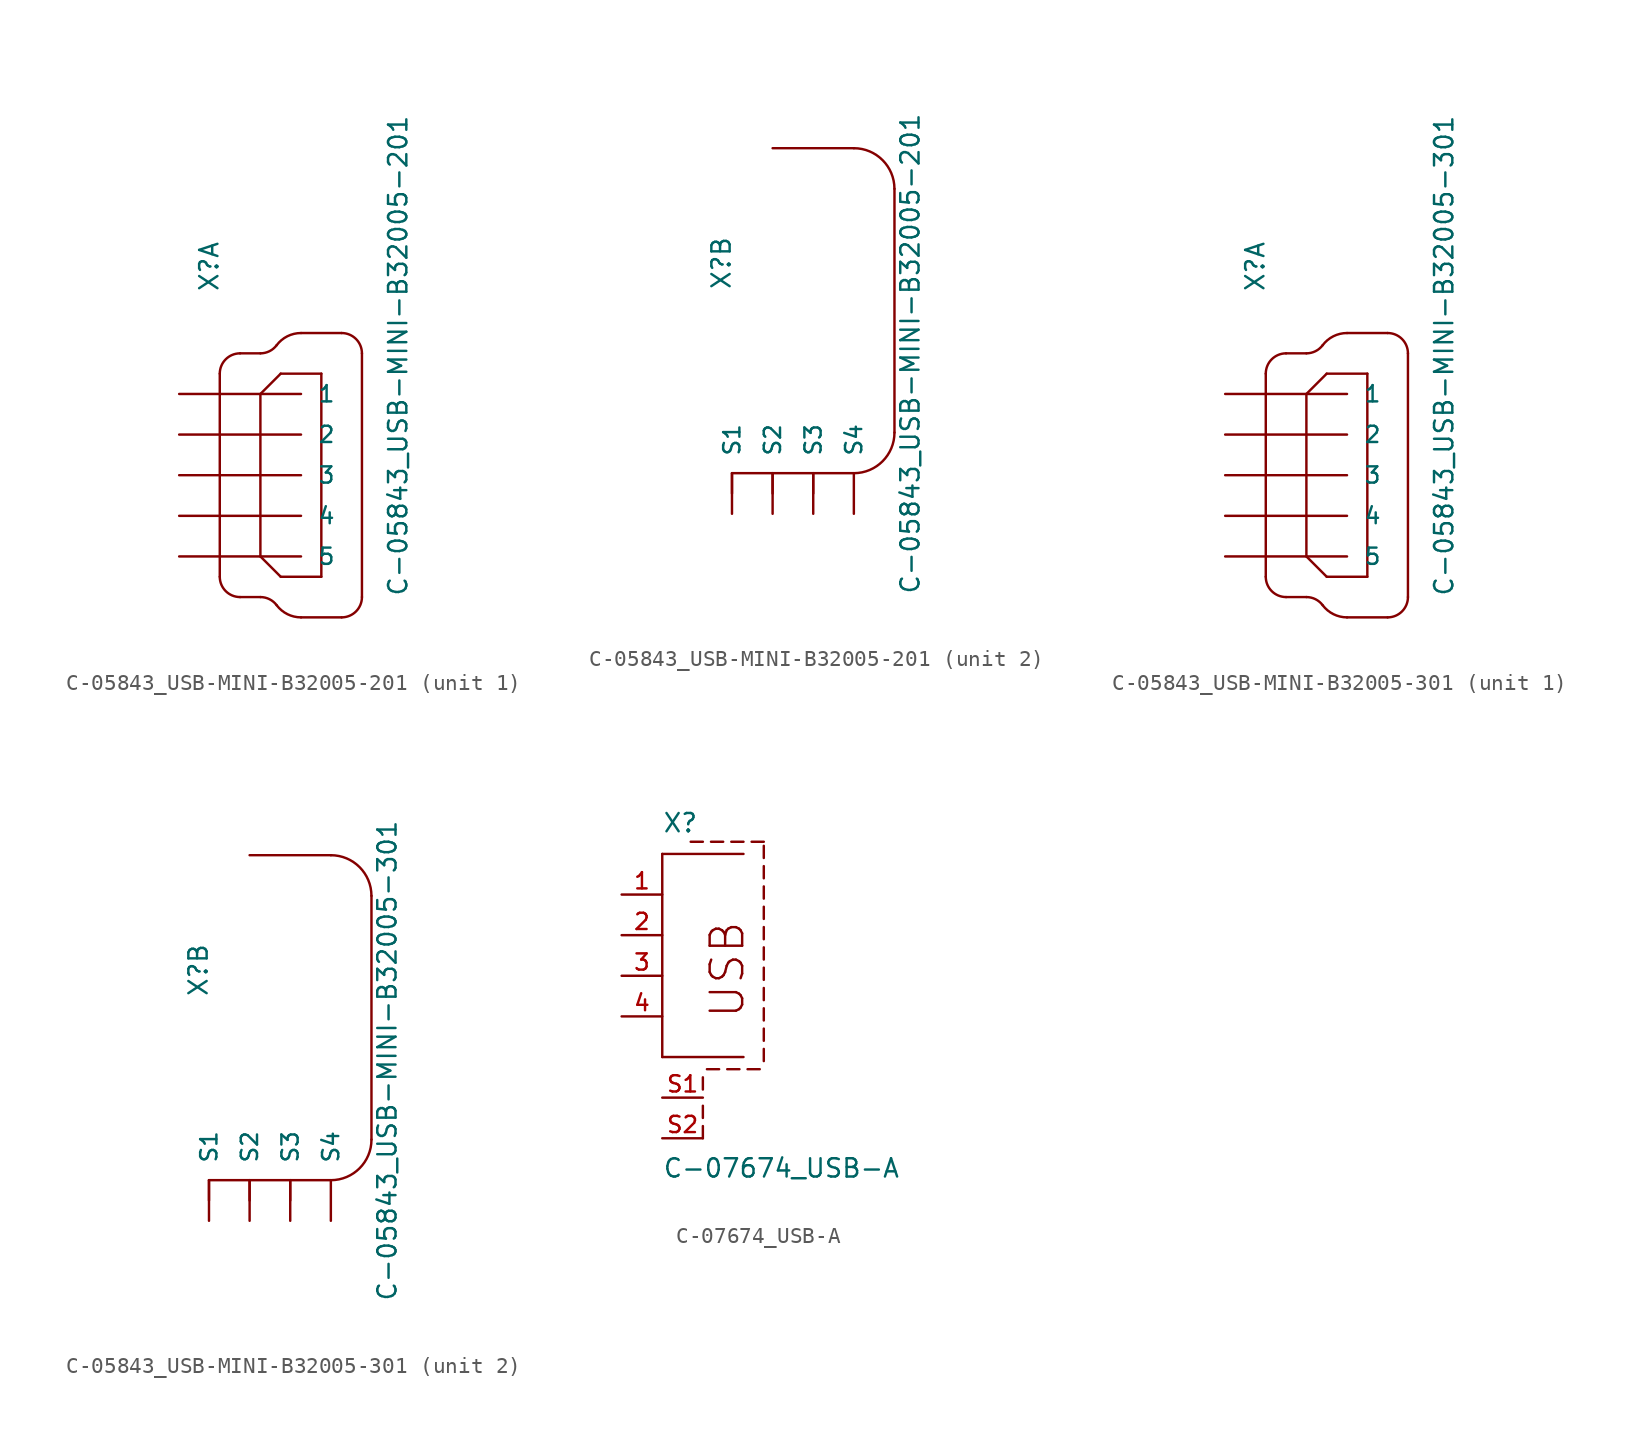
<source format=kicad_sym>
(kicad_symbol_lib
  (version 20211014)
  (generator kicad_symbol_editor)
  (symbol "C-05843_USB-MINI-B32005-201"
    (pin_numbers hide)
    (pin_names
      (offset 1.016))
    (property "Reference" "X"
      (at -2.54 11.43 90)
      (effects (font (size 1.143 1.143)) (justify left bottom)))
    (property "Value" "C-05843_USB-MINI-B32005-201"
      (at 9.271 -7.62 90)
      (effects (font (size 1.143 1.143)) (justify left bottom)))
    (property "ki_locked" ""
      (at 0 0 0)
      (effects (font (size 1.27 1.27))))
    (symbol "C-05843_USB-MINI-B32005-201_1_0"
      (polyline (pts (xy -2.54 6.35) (xy -2.54 -6.35)) (stroke (width 0) (type default) (color 0 0 0 0)) (fill (type none)))
      (polyline (pts (xy -1.27 -7.62) (xy 0 -7.62)) (stroke (width 0) (type default) (color 0 0 0 0)) (fill (type none)))
      (polyline (pts (xy -1.27 7.62) (xy 0 7.62)) (stroke (width 0) (type default) (color 0 0 0 0)) (fill (type none)))
      (polyline (pts (xy 0 -5.08) (xy 1.27 -6.35)) (stroke (width 0) (type default) (color 0 0 0 0)) (fill (type none)))
      (polyline (pts (xy 0 5.08) (xy 0 -5.08)) (stroke (width 0) (type default) (color 0 0 0 0)) (fill (type none)))
      (polyline (pts (xy 1.27 -6.35) (xy 3.81 -6.35)) (stroke (width 0) (type default) (color 0 0 0 0)) (fill (type none)))
      (polyline (pts (xy 1.27 6.35) (xy 0 5.08)) (stroke (width 0) (type default) (color 0 0 0 0)) (fill (type none)))
      (polyline (pts (xy 2.54 -8.89) (xy 5.08 -8.89)) (stroke (width 0) (type default) (color 0 0 0 0)) (fill (type none)))
      (polyline (pts (xy 2.54 8.89) (xy 5.08 8.89)) (stroke (width 0) (type default) (color 0 0 0 0)) (fill (type none)))
      (polyline (pts (xy 3.81 -6.35) (xy 3.81 6.35)) (stroke (width 0) (type default) (color 0 0 0 0)) (fill (type none)))
      (polyline (pts (xy 3.81 6.35) (xy 1.27 6.35)) (stroke (width 0) (type default) (color 0 0 0 0)) (fill (type none)))
      (polyline (pts (xy 6.35 -7.62) (xy 6.35 7.62)) (stroke (width 0) (type default) (color 0 0 0 0)) (fill (type none))))
    (symbol "C-05843_USB-MINI-B32005-201_1_1"
      (arc (start -2.54 -6.35) (mid -2.168 -7.248) (end -1.27 -7.62) (stroke (width 0) (type default) (color 0 0 0 0)) (fill (type none)))
      (arc (start -1.27 7.62) (mid -2.168 7.248) (end -2.54 6.35) (stroke (width 0) (type default) (color 0 0 0 0)) (fill (type none)))
      (arc (start 0 7.62) (mid 0.568 7.7541) (end 1.016 8.128) (stroke (width 0) (type default) (color 0 0 0 0)) (fill (type none)))
      (arc (start 1.016 -8.128) (mid 0.568 -7.7541) (end 0 -7.62) (stroke (width 0) (type default) (color 0 0 0 0)) (fill (type none)))
      (arc (start 1.016 -8.128) (mid 1.6881 -8.6889) (end 2.54 -8.89) (stroke (width 0) (type default) (color 0 0 0 0)) (fill (type none)))
      (arc (start 2.54 8.89) (mid 1.6881 8.6889) (end 1.016 8.128) (stroke (width 0) (type default) (color 0 0 0 0)) (fill (type none)))
      (arc (start 5.08 -8.89) (mid 5.978 -8.518) (end 6.35 -7.62) (stroke (width 0) (type default) (color 0 0 0 0)) (fill (type none)))
      (arc (start 6.35 7.62) (mid 5.978 8.518) (end 5.08 8.89) (stroke (width 0) (type default) (color 0 0 0 0)) (fill (type none)))
      (pin passive line (at -5.08 5.08 0) (length 7.62) (name "1" (effects (font (size 1.016 1.016)))) (number "1" (effects (font (size 1.016 1.016)))))
      (pin passive line (at -5.08 2.54 0) (length 7.62) (name "2" (effects (font (size 1.016 1.016)))) (number "2" (effects (font (size 1.016 1.016)))))
      (pin passive line (at -5.08 0 0) (length 7.62) (name "3" (effects (font (size 1.016 1.016)))) (number "3" (effects (font (size 1.016 1.016)))))
      (pin passive line (at -5.08 -2.54 0) (length 7.62) (name "4" (effects (font (size 1.016 1.016)))) (number "4" (effects (font (size 1.016 1.016)))))
      (pin passive line (at -5.08 -5.08 0) (length 7.62) (name "5" (effects (font (size 1.016 1.016)))) (number "5" (effects (font (size 1.016 1.016))))))
    (symbol "C-05843_USB-MINI-B32005-201_2_0"
      (polyline (pts (xy -2.54 -1.27) (xy -2.54 0)) (stroke (width 0) (type default) (color 0 0 0 0)) (fill (type none)))
      (polyline (pts (xy -2.54 0) (xy 0 0)) (stroke (width 0) (type default) (color 0 0 0 0)) (fill (type none)))
      (polyline (pts (xy 0 -1.27) (xy 0 0)) (stroke (width 0) (type default) (color 0 0 0 0)) (fill (type none)))
      (polyline (pts (xy 0 0) (xy 2.54 0)) (stroke (width 0) (type default) (color 0 0 0 0)) (fill (type none)))
      (polyline (pts (xy 2.54 -1.27) (xy 2.54 0)) (stroke (width 0) (type default) (color 0 0 0 0)) (fill (type none)))
      (polyline (pts (xy 2.54 0) (xy 5.08 0)) (stroke (width 0) (type default) (color 0 0 0 0)) (fill (type none)))
      (polyline (pts (xy 5.08 20.32) (xy 0 20.32)) (stroke (width 0) (type default) (color 0 0 0 0)) (fill (type none)))
      (polyline (pts (xy 7.62 2.54) (xy 7.62 17.78)) (stroke (width 0) (type default) (color 0 0 0 0)) (fill (type none))))
    (symbol "C-05843_USB-MINI-B32005-201_2_1"
      (arc (start 5.08 0) (mid 6.8761 0.7439) (end 7.62 2.54) (stroke (width 0) (type default) (color 0 0 0 0)) (fill (type none)))
      (arc (start 7.62 17.78) (mid 6.8761 19.5761) (end 5.08 20.32) (stroke (width 0) (type default) (color 0 0 0 0)) (fill (type none)))
      (pin passive line (at -2.54 -2.54 90) (length 2.54) (name "S1" (effects (font (size 1.016 1.016)))) (number "M1" (effects (font (size 1.016 1.016)))))
      (pin passive line (at 0 -2.54 90) (length 2.54) (name "S2" (effects (font (size 1.016 1.016)))) (number "M2" (effects (font (size 1.016 1.016)))))
      (pin passive line (at 2.54 -2.54 90) (length 2.54) (name "S3" (effects (font (size 1.016 1.016)))) (number "M3" (effects (font (size 1.016 1.016)))))
      (pin passive line (at 5.08 -2.54 90) (length 2.54) (name "S4" (effects (font (size 1.016 1.016)))) (number "M4" (effects (font (size 1.016 1.016)))))))
  (symbol "C-05843_USB-MINI-B32005-301"
    (pin_numbers hide)
    (pin_names
      (offset 1.016))
    (property "Reference" "X"
      (at -2.54 11.43 90)
      (effects (font (size 1.143 1.143)) (justify left bottom)))
    (property "Value" "C-05843_USB-MINI-B32005-301"
      (at 9.271 -7.62 90)
      (effects (font (size 1.143 1.143)) (justify left bottom)))
    (property "ki_locked" ""
      (at 0 0 0)
      (effects (font (size 1.27 1.27))))
    (symbol "C-05843_USB-MINI-B32005-301_1_0"
      (polyline (pts (xy -2.54 6.35) (xy -2.54 -6.35)) (stroke (width 0) (type default) (color 0 0 0 0)) (fill (type none)))
      (polyline (pts (xy -1.27 -7.62) (xy 0 -7.62)) (stroke (width 0) (type default) (color 0 0 0 0)) (fill (type none)))
      (polyline (pts (xy -1.27 7.62) (xy 0 7.62)) (stroke (width 0) (type default) (color 0 0 0 0)) (fill (type none)))
      (polyline (pts (xy 0 -5.08) (xy 1.27 -6.35)) (stroke (width 0) (type default) (color 0 0 0 0)) (fill (type none)))
      (polyline (pts (xy 0 5.08) (xy 0 -5.08)) (stroke (width 0) (type default) (color 0 0 0 0)) (fill (type none)))
      (polyline (pts (xy 1.27 -6.35) (xy 3.81 -6.35)) (stroke (width 0) (type default) (color 0 0 0 0)) (fill (type none)))
      (polyline (pts (xy 1.27 6.35) (xy 0 5.08)) (stroke (width 0) (type default) (color 0 0 0 0)) (fill (type none)))
      (polyline (pts (xy 2.54 -8.89) (xy 5.08 -8.89)) (stroke (width 0) (type default) (color 0 0 0 0)) (fill (type none)))
      (polyline (pts (xy 2.54 8.89) (xy 5.08 8.89)) (stroke (width 0) (type default) (color 0 0 0 0)) (fill (type none)))
      (polyline (pts (xy 3.81 -6.35) (xy 3.81 6.35)) (stroke (width 0) (type default) (color 0 0 0 0)) (fill (type none)))
      (polyline (pts (xy 3.81 6.35) (xy 1.27 6.35)) (stroke (width 0) (type default) (color 0 0 0 0)) (fill (type none)))
      (polyline (pts (xy 6.35 -7.62) (xy 6.35 7.62)) (stroke (width 0) (type default) (color 0 0 0 0)) (fill (type none))))
    (symbol "C-05843_USB-MINI-B32005-301_1_1"
      (arc (start -2.54 -6.35) (mid -2.168 -7.248) (end -1.27 -7.62) (stroke (width 0) (type default) (color 0 0 0 0)) (fill (type none)))
      (arc (start -1.27 7.62) (mid -2.168 7.248) (end -2.54 6.35) (stroke (width 0) (type default) (color 0 0 0 0)) (fill (type none)))
      (arc (start 0 7.62) (mid 0.568 7.7541) (end 1.016 8.128) (stroke (width 0) (type default) (color 0 0 0 0)) (fill (type none)))
      (arc (start 1.016 -8.128) (mid 0.568 -7.7541) (end 0 -7.62) (stroke (width 0) (type default) (color 0 0 0 0)) (fill (type none)))
      (arc (start 1.016 -8.128) (mid 1.6881 -8.6889) (end 2.54 -8.89) (stroke (width 0) (type default) (color 0 0 0 0)) (fill (type none)))
      (arc (start 2.54 8.89) (mid 1.6881 8.6889) (end 1.016 8.128) (stroke (width 0) (type default) (color 0 0 0 0)) (fill (type none)))
      (arc (start 5.08 -8.89) (mid 5.978 -8.518) (end 6.35 -7.62) (stroke (width 0) (type default) (color 0 0 0 0)) (fill (type none)))
      (arc (start 6.35 7.62) (mid 5.978 8.518) (end 5.08 8.89) (stroke (width 0) (type default) (color 0 0 0 0)) (fill (type none)))
      (pin passive line (at -5.08 5.08 0) (length 7.62) (name "1" (effects (font (size 1.016 1.016)))) (number "1" (effects (font (size 1.016 1.016)))))
      (pin passive line (at -5.08 2.54 0) (length 7.62) (name "2" (effects (font (size 1.016 1.016)))) (number "2" (effects (font (size 1.016 1.016)))))
      (pin passive line (at -5.08 0 0) (length 7.62) (name "3" (effects (font (size 1.016 1.016)))) (number "3" (effects (font (size 1.016 1.016)))))
      (pin passive line (at -5.08 -2.54 0) (length 7.62) (name "4" (effects (font (size 1.016 1.016)))) (number "4" (effects (font (size 1.016 1.016)))))
      (pin passive line (at -5.08 -5.08 0) (length 7.62) (name "5" (effects (font (size 1.016 1.016)))) (number "5" (effects (font (size 1.016 1.016))))))
    (symbol "C-05843_USB-MINI-B32005-301_2_0"
      (polyline (pts (xy -2.54 -1.27) (xy -2.54 0)) (stroke (width 0) (type default) (color 0 0 0 0)) (fill (type none)))
      (polyline (pts (xy -2.54 0) (xy 0 0)) (stroke (width 0) (type default) (color 0 0 0 0)) (fill (type none)))
      (polyline (pts (xy 0 -1.27) (xy 0 0)) (stroke (width 0) (type default) (color 0 0 0 0)) (fill (type none)))
      (polyline (pts (xy 0 0) (xy 2.54 0)) (stroke (width 0) (type default) (color 0 0 0 0)) (fill (type none)))
      (polyline (pts (xy 2.54 -1.27) (xy 2.54 0)) (stroke (width 0) (type default) (color 0 0 0 0)) (fill (type none)))
      (polyline (pts (xy 2.54 0) (xy 5.08 0)) (stroke (width 0) (type default) (color 0 0 0 0)) (fill (type none)))
      (polyline (pts (xy 5.08 20.32) (xy 0 20.32)) (stroke (width 0) (type default) (color 0 0 0 0)) (fill (type none)))
      (polyline (pts (xy 7.62 2.54) (xy 7.62 17.78)) (stroke (width 0) (type default) (color 0 0 0 0)) (fill (type none))))
    (symbol "C-05843_USB-MINI-B32005-301_2_1"
      (arc (start 5.08 0) (mid 6.8761 0.7439) (end 7.62 2.54) (stroke (width 0) (type default) (color 0 0 0 0)) (fill (type none)))
      (arc (start 7.62 17.78) (mid 6.8761 19.5761) (end 5.08 20.32) (stroke (width 0) (type default) (color 0 0 0 0)) (fill (type none)))
      (pin passive line (at -2.54 -2.54 90) (length 2.54) (name "S1" (effects (font (size 1.016 1.016)))) (number "M1" (effects (font (size 1.016 1.016)))))
      (pin passive line (at 0 -2.54 90) (length 2.54) (name "S2" (effects (font (size 1.016 1.016)))) (number "M2" (effects (font (size 1.016 1.016)))))
      (pin passive line (at 2.54 -2.54 90) (length 2.54) (name "S3" (effects (font (size 1.016 1.016)))) (number "M3" (effects (font (size 1.016 1.016)))))
      (pin passive line (at 5.08 -2.54 90) (length 2.54) (name "S4" (effects (font (size 1.016 1.016)))) (number "M4" (effects (font (size 1.016 1.016)))))))
  (symbol "C-07674_USB-A"
    (pin_names
      (offset 1.016) hide)
    (property "Reference" "X"
      (at 0 8.89 0)
      (effects (font (size 1.143 1.143)) (justify left bottom)))
    (property "Value" "C-07674_USB-A"
      (at 0 -12.7 0)
      (effects (font (size 1.143 1.143)) (justify left bottom)))
    (property "ki_locked" ""
      (at 0 0 0)
      (effects (font (size 1.27 1.27))))
    (symbol "C-07674_USB-A_1_0"
      (polyline (pts (xy 0 -5.08) (xy 5.08 -5.08)) (stroke (width 0) (type default) (color 0 0 0 0)) (fill (type none)))
      (polyline (pts (xy 0 7.62) (xy 0 -5.08)) (stroke (width 0) (type default) (color 0 0 0 0)) (fill (type none)))
      (polyline (pts (xy 0 7.62) (xy 5.08 7.62)) (stroke (width 0) (type default) (color 0 0 0 0)) (fill (type none)))
      (polyline (pts (xy 2.54 -10.16) (xy 2.54 -9.398)) (stroke (width 0) (type default) (color 0 0 0 0)) (fill (type none)))
      (polyline (pts (xy 2.54 -8.89) (xy 2.54 -8.128)) (stroke (width 0) (type default) (color 0 0 0 0)) (fill (type none)))
      (polyline (pts (xy 2.54 -7.112) (xy 2.54 -6.35)) (stroke (width 0) (type default) (color 0 0 0 0)) (fill (type none)))
      (polyline (pts (xy 2.54 8.382) (xy 1.778 8.382)) (stroke (width 0) (type default) (color 0 0 0 0)) (fill (type none)))
      (polyline (pts (xy 3.556 -5.842) (xy 2.794 -5.842)) (stroke (width 0) (type default) (color 0 0 0 0)) (fill (type none)))
      (polyline (pts (xy 3.81 8.382) (xy 3.048 8.382)) (stroke (width 0) (type default) (color 0 0 0 0)) (fill (type none)))
      (polyline (pts (xy 4.826 -5.842) (xy 4.064 -5.842)) (stroke (width 0) (type default) (color 0 0 0 0)) (fill (type none)))
      (polyline (pts (xy 5.08 8.382) (xy 4.318 8.382)) (stroke (width 0) (type default) (color 0 0 0 0)) (fill (type none)))
      (polyline (pts (xy 6.096 -5.842) (xy 5.334 -5.842)) (stroke (width 0) (type default) (color 0 0 0 0)) (fill (type none)))
      (polyline (pts (xy 6.35 -5.334) (xy 6.35 -4.572)) (stroke (width 0) (type default) (color 0 0 0 0)) (fill (type none)))
      (polyline (pts (xy 6.35 -4.064) (xy 6.35 -3.302)) (stroke (width 0) (type default) (color 0 0 0 0)) (fill (type none)))
      (polyline (pts (xy 6.35 -2.794) (xy 6.35 -2.032)) (stroke (width 0) (type default) (color 0 0 0 0)) (fill (type none)))
      (polyline (pts (xy 6.35 -1.524) (xy 6.35 -0.762)) (stroke (width 0) (type default) (color 0 0 0 0)) (fill (type none)))
      (polyline (pts (xy 6.35 -0.254) (xy 6.35 0.508)) (stroke (width 0) (type default) (color 0 0 0 0)) (fill (type none)))
      (polyline (pts (xy 6.35 1.016) (xy 6.35 1.778)) (stroke (width 0) (type default) (color 0 0 0 0)) (fill (type none)))
      (polyline (pts (xy 6.35 2.286) (xy 6.35 3.048)) (stroke (width 0) (type default) (color 0 0 0 0)) (fill (type none)))
      (polyline (pts (xy 6.35 3.556) (xy 6.35 4.318)) (stroke (width 0) (type default) (color 0 0 0 0)) (fill (type none)))
      (polyline (pts (xy 6.35 4.826) (xy 6.35 5.588)) (stroke (width 0) (type default) (color 0 0 0 0)) (fill (type none)))
      (polyline (pts (xy 6.35 6.096) (xy 6.35 6.858)) (stroke (width 0) (type default) (color 0 0 0 0)) (fill (type none)))
      (polyline (pts (xy 6.35 7.366) (xy 6.35 8.128)) (stroke (width 0) (type default) (color 0 0 0 0)) (fill (type none)))
      (polyline (pts (xy 6.35 8.382) (xy 5.588 8.382)) (stroke (width 0) (type default) (color 0 0 0 0)) (fill (type none)))
      (text "USB" (at 4.064 0.381 900) (effects (font (size 2.032 2.032)))))
    (symbol "C-07674_USB-A_1_1"
      (pin passive line (at -2.54 5.08 0) (length 2.54) (name "1" (effects (font (size 1.016 1.016)))) (number "1" (effects (font (size 1.016 1.016)))))
      (pin passive line (at -2.54 2.54 0) (length 2.54) (name "2" (effects (font (size 1.016 1.016)))) (number "2" (effects (font (size 1.016 1.016)))))
      (pin passive line (at -2.54 0 0) (length 2.54) (name "3" (effects (font (size 1.016 1.016)))) (number "3" (effects (font (size 1.016 1.016)))))
      (pin passive line (at -2.54 -2.54 0) (length 2.54) (name "4" (effects (font (size 1.016 1.016)))) (number "4" (effects (font (size 1.016 1.016)))))
      (pin passive line (at 0 -7.62 0) (length 2.54) (name "S1" (effects (font (size 1.016 1.016)))) (number "S1" (effects (font (size 1.016 1.016)))))
      (pin passive line (at 0 -10.16 0) (length 2.54) (name "S2" (effects (font (size 1.016 1.016)))) (number "S2" (effects (font (size 1.016 1.016))))))))
</source>
